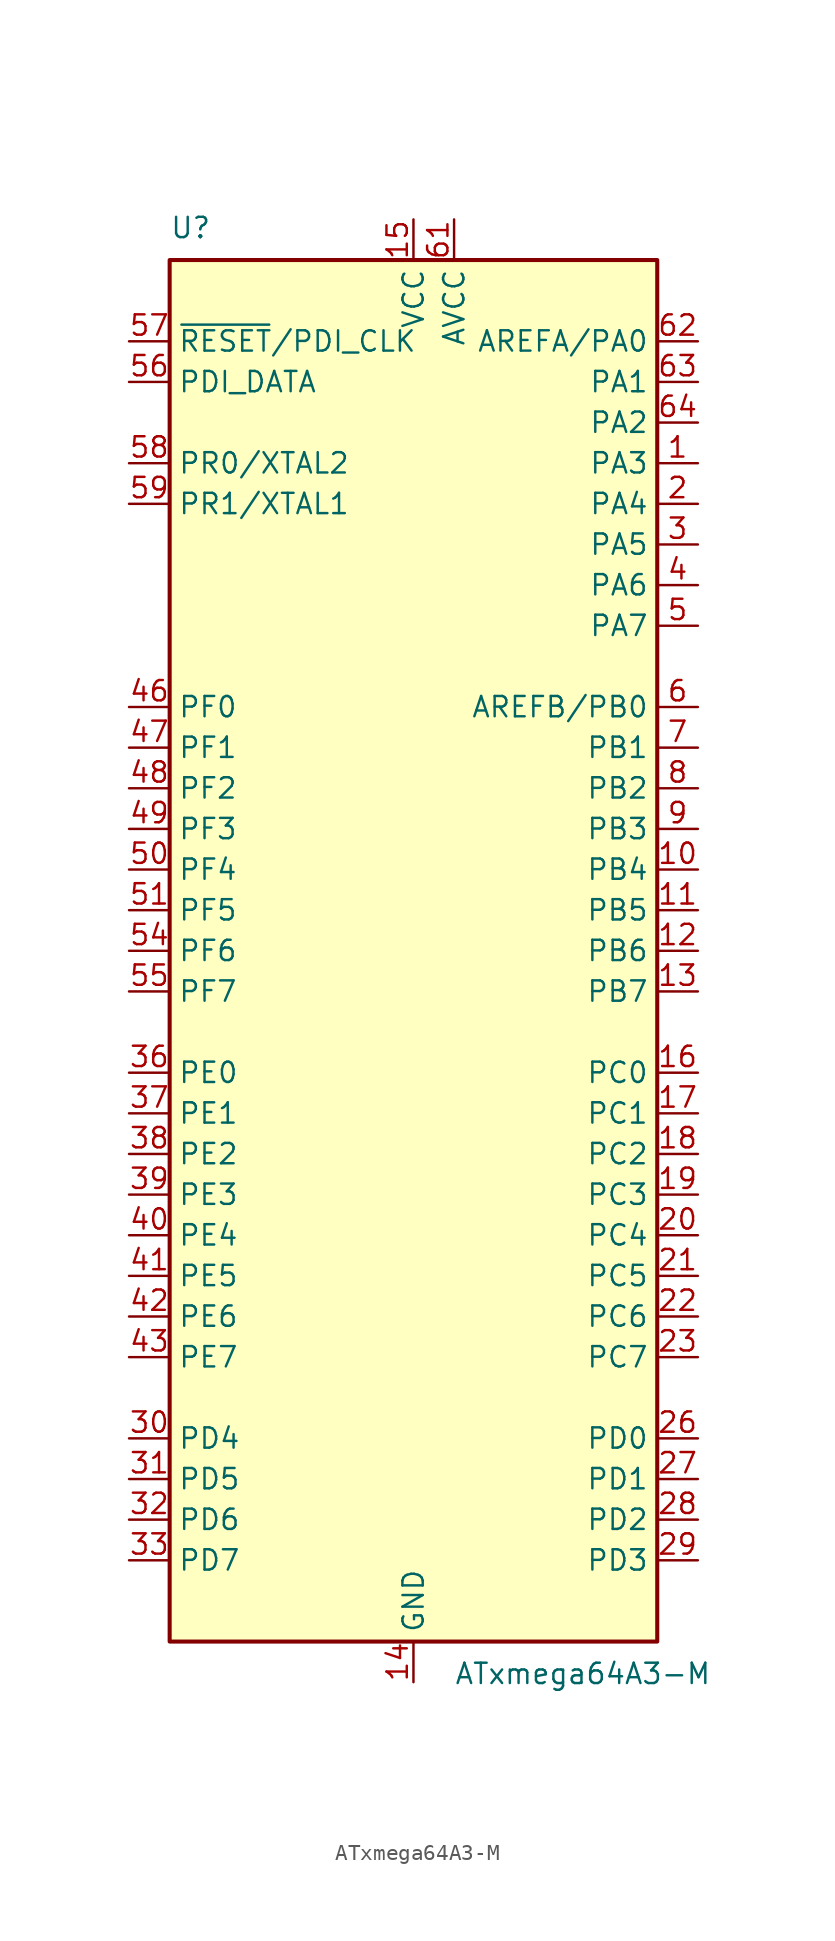
<source format=kicad_sym>
(kicad_symbol_lib
  (version 20241209)
  (generator "kicad_symbol_editor")
  (generator_version "9.0")
  (symbol "ATxmega64A3-M"
    (property "Reference" "U"
      (at -15.24 44.45 0)
      (effects (font (size 1.27 1.27)) (justify left bottom)))
    (property "Value" "ATxmega64A3-M"
      (at 2.54 -44.45 0)
      (effects (font (size 1.27 1.27)) (justify left top)))
    (symbol "ATxmega64A3-M_0_1"
      (rectangle (start -15.24 -43.18) (end 15.24 43.18) (stroke (width 0.254) (type default)) (fill (type background))))
    (symbol "ATxmega64A3-M_1_1"
      (pin input line (at -17.78 38.1 0) (length 2.54) (name "~{RESET}/PDI_CLK" (effects (font (size 1.27 1.27)))) (number "57" (effects (font (size 1.27 1.27)))))
      (pin bidirectional line (at -17.78 35.56 0) (length 2.54) (name "PDI_DATA" (effects (font (size 1.27 1.27)))) (number "56" (effects (font (size 1.27 1.27)))))
      (pin bidirectional line (at -17.78 30.48 0) (length 2.54) (name "PR0/XTAL2" (effects (font (size 1.27 1.27)))) (number "58" (effects (font (size 1.27 1.27)))))
      (pin bidirectional line (at -17.78 27.94 0) (length 2.54) (name "PR1/XTAL1" (effects (font (size 1.27 1.27)))) (number "59" (effects (font (size 1.27 1.27)))))
      (pin bidirectional line (at -17.78 15.24 0) (length 2.54) (name "PF0" (effects (font (size 1.27 1.27)))) (number "46" (effects (font (size 1.27 1.27)))))
      (pin bidirectional line (at -17.78 12.7 0) (length 2.54) (name "PF1" (effects (font (size 1.27 1.27)))) (number "47" (effects (font (size 1.27 1.27)))))
      (pin bidirectional line (at -17.78 10.16 0) (length 2.54) (name "PF2" (effects (font (size 1.27 1.27)))) (number "48" (effects (font (size 1.27 1.27)))))
      (pin bidirectional line (at -17.78 7.62 0) (length 2.54) (name "PF3" (effects (font (size 1.27 1.27)))) (number "49" (effects (font (size 1.27 1.27)))))
      (pin bidirectional line (at -17.78 5.08 0) (length 2.54) (name "PF4" (effects (font (size 1.27 1.27)))) (number "50" (effects (font (size 1.27 1.27)))))
      (pin bidirectional line (at -17.78 2.54 0) (length 2.54) (name "PF5" (effects (font (size 1.27 1.27)))) (number "51" (effects (font (size 1.27 1.27)))))
      (pin bidirectional line (at -17.78 0 0) (length 2.54) (name "PF6" (effects (font (size 1.27 1.27)))) (number "54" (effects (font (size 1.27 1.27)))))
      (pin bidirectional line (at -17.78 -2.54 0) (length 2.54) (name "PF7" (effects (font (size 1.27 1.27)))) (number "55" (effects (font (size 1.27 1.27)))))
      (pin bidirectional line (at -17.78 -7.62 0) (length 2.54) (name "PE0" (effects (font (size 1.27 1.27)))) (number "36" (effects (font (size 1.27 1.27)))))
      (pin bidirectional line (at -17.78 -10.16 0) (length 2.54) (name "PE1" (effects (font (size 1.27 1.27)))) (number "37" (effects (font (size 1.27 1.27)))))
      (pin bidirectional line (at -17.78 -12.7 0) (length 2.54) (name "PE2" (effects (font (size 1.27 1.27)))) (number "38" (effects (font (size 1.27 1.27)))))
      (pin bidirectional line (at -17.78 -15.24 0) (length 2.54) (name "PE3" (effects (font (size 1.27 1.27)))) (number "39" (effects (font (size 1.27 1.27)))))
      (pin bidirectional line (at -17.78 -17.78 0) (length 2.54) (name "PE4" (effects (font (size 1.27 1.27)))) (number "40" (effects (font (size 1.27 1.27)))))
      (pin bidirectional line (at -17.78 -20.32 0) (length 2.54) (name "PE5" (effects (font (size 1.27 1.27)))) (number "41" (effects (font (size 1.27 1.27)))))
      (pin bidirectional line (at -17.78 -22.86 0) (length 2.54) (name "PE6" (effects (font (size 1.27 1.27)))) (number "42" (effects (font (size 1.27 1.27)))))
      (pin bidirectional line (at -17.78 -25.4 0) (length 2.54) (name "PE7" (effects (font (size 1.27 1.27)))) (number "43" (effects (font (size 1.27 1.27)))))
      (pin bidirectional line (at -17.78 -30.48 0) (length 2.54) (name "PD4" (effects (font (size 1.27 1.27)))) (number "30" (effects (font (size 1.27 1.27)))))
      (pin bidirectional line (at -17.78 -33.02 0) (length 2.54) (name "PD5" (effects (font (size 1.27 1.27)))) (number "31" (effects (font (size 1.27 1.27)))))
      (pin bidirectional line (at -17.78 -35.56 0) (length 2.54) (name "PD6" (effects (font (size 1.27 1.27)))) (number "32" (effects (font (size 1.27 1.27)))))
      (pin bidirectional line (at -17.78 -38.1 0) (length 2.54) (name "PD7" (effects (font (size 1.27 1.27)))) (number "33" (effects (font (size 1.27 1.27)))))
      (pin power_in line (at 0 45.72 270) (length 2.54) (name "VCC" (effects (font (size 1.27 1.27)))) (number "15" (effects (font (size 1.27 1.27)))))
      (pin passive line (at 0 45.72 270) (length 2.54) (hide yes) (name "VCC" (effects (font (size 1.27 1.27)))) (number "25" (effects (font (size 1.27 1.27)))))
      (pin passive line (at 0 45.72 270) (length 2.54) (hide yes) (name "VCC" (effects (font (size 1.27 1.27)))) (number "35" (effects (font (size 1.27 1.27)))))
      (pin passive line (at 0 45.72 270) (length 2.54) (hide yes) (name "VCC" (effects (font (size 1.27 1.27)))) (number "45" (effects (font (size 1.27 1.27)))))
      (pin passive line (at 0 45.72 270) (length 2.54) (hide yes) (name "VCC" (effects (font (size 1.27 1.27)))) (number "53" (effects (font (size 1.27 1.27)))))
      (pin power_in line (at 0 -45.72 90) (length 2.54) (name "GND" (effects (font (size 1.27 1.27)))) (number "14" (effects (font (size 1.27 1.27)))))
      (pin passive line (at 0 -45.72 90) (length 2.54) (hide yes) (name "GND" (effects (font (size 1.27 1.27)))) (number "24" (effects (font (size 1.27 1.27)))))
      (pin passive line (at 0 -45.72 90) (length 2.54) (hide yes) (name "GND" (effects (font (size 1.27 1.27)))) (number "34" (effects (font (size 1.27 1.27)))))
      (pin passive line (at 0 -45.72 90) (length 2.54) (hide yes) (name "GND" (effects (font (size 1.27 1.27)))) (number "44" (effects (font (size 1.27 1.27)))))
      (pin passive line (at 0 -45.72 90) (length 2.54) (hide yes) (name "GND" (effects (font (size 1.27 1.27)))) (number "52" (effects (font (size 1.27 1.27)))))
      (pin passive line (at 0 -45.72 90) (length 2.54) (hide yes) (name "GND" (effects (font (size 1.27 1.27)))) (number "60" (effects (font (size 1.27 1.27)))))
      (pin passive line (at 0 -45.72 90) (length 2.54) (hide yes) (name "GND" (effects (font (size 1.27 1.27)))) (number "65" (effects (font (size 1.27 1.27)))))
      (pin power_in line (at 2.54 45.72 270) (length 2.54) (name "AVCC" (effects (font (size 1.27 1.27)))) (number "61" (effects (font (size 1.27 1.27)))))
      (pin bidirectional line (at 17.78 38.1 180) (length 2.54) (name "AREFA/PA0" (effects (font (size 1.27 1.27)))) (number "62" (effects (font (size 1.27 1.27)))))
      (pin bidirectional line (at 17.78 35.56 180) (length 2.54) (name "PA1" (effects (font (size 1.27 1.27)))) (number "63" (effects (font (size 1.27 1.27)))))
      (pin bidirectional line (at 17.78 33.02 180) (length 2.54) (name "PA2" (effects (font (size 1.27 1.27)))) (number "64" (effects (font (size 1.27 1.27)))))
      (pin bidirectional line (at 17.78 30.48 180) (length 2.54) (name "PA3" (effects (font (size 1.27 1.27)))) (number "1" (effects (font (size 1.27 1.27)))))
      (pin bidirectional line (at 17.78 27.94 180) (length 2.54) (name "PA4" (effects (font (size 1.27 1.27)))) (number "2" (effects (font (size 1.27 1.27)))))
      (pin bidirectional line (at 17.78 25.4 180) (length 2.54) (name "PA5" (effects (font (size 1.27 1.27)))) (number "3" (effects (font (size 1.27 1.27)))))
      (pin bidirectional line (at 17.78 22.86 180) (length 2.54) (name "PA6" (effects (font (size 1.27 1.27)))) (number "4" (effects (font (size 1.27 1.27)))))
      (pin bidirectional line (at 17.78 20.32 180) (length 2.54) (name "PA7" (effects (font (size 1.27 1.27)))) (number "5" (effects (font (size 1.27 1.27)))))
      (pin bidirectional line (at 17.78 15.24 180) (length 2.54) (name "AREFB/PB0" (effects (font (size 1.27 1.27)))) (number "6" (effects (font (size 1.27 1.27)))))
      (pin bidirectional line (at 17.78 12.7 180) (length 2.54) (name "PB1" (effects (font (size 1.27 1.27)))) (number "7" (effects (font (size 1.27 1.27)))))
      (pin bidirectional line (at 17.78 10.16 180) (length 2.54) (name "PB2" (effects (font (size 1.27 1.27)))) (number "8" (effects (font (size 1.27 1.27)))))
      (pin bidirectional line (at 17.78 7.62 180) (length 2.54) (name "PB3" (effects (font (size 1.27 1.27)))) (number "9" (effects (font (size 1.27 1.27)))))
      (pin bidirectional line (at 17.78 5.08 180) (length 2.54) (name "PB4" (effects (font (size 1.27 1.27)))) (number "10" (effects (font (size 1.27 1.27)))))
      (pin bidirectional line (at 17.78 2.54 180) (length 2.54) (name "PB5" (effects (font (size 1.27 1.27)))) (number "11" (effects (font (size 1.27 1.27)))))
      (pin bidirectional line (at 17.78 0 180) (length 2.54) (name "PB6" (effects (font (size 1.27 1.27)))) (number "12" (effects (font (size 1.27 1.27)))))
      (pin bidirectional line (at 17.78 -2.54 180) (length 2.54) (name "PB7" (effects (font (size 1.27 1.27)))) (number "13" (effects (font (size 1.27 1.27)))))
      (pin bidirectional line (at 17.78 -7.62 180) (length 2.54) (name "PC0" (effects (font (size 1.27 1.27)))) (number "16" (effects (font (size 1.27 1.27)))))
      (pin bidirectional line (at 17.78 -10.16 180) (length 2.54) (name "PC1" (effects (font (size 1.27 1.27)))) (number "17" (effects (font (size 1.27 1.27)))))
      (pin bidirectional line (at 17.78 -12.7 180) (length 2.54) (name "PC2" (effects (font (size 1.27 1.27)))) (number "18" (effects (font (size 1.27 1.27)))))
      (pin bidirectional line (at 17.78 -15.24 180) (length 2.54) (name "PC3" (effects (font (size 1.27 1.27)))) (number "19" (effects (font (size 1.27 1.27)))))
      (pin bidirectional line (at 17.78 -17.78 180) (length 2.54) (name "PC4" (effects (font (size 1.27 1.27)))) (number "20" (effects (font (size 1.27 1.27)))))
      (pin bidirectional line (at 17.78 -20.32 180) (length 2.54) (name "PC5" (effects (font (size 1.27 1.27)))) (number "21" (effects (font (size 1.27 1.27)))))
      (pin bidirectional line (at 17.78 -22.86 180) (length 2.54) (name "PC6" (effects (font (size 1.27 1.27)))) (number "22" (effects (font (size 1.27 1.27)))))
      (pin bidirectional line (at 17.78 -25.4 180) (length 2.54) (name "PC7" (effects (font (size 1.27 1.27)))) (number "23" (effects (font (size 1.27 1.27)))))
      (pin bidirectional line (at 17.78 -30.48 180) (length 2.54) (name "PD0" (effects (font (size 1.27 1.27)))) (number "26" (effects (font (size 1.27 1.27)))))
      (pin bidirectional line (at 17.78 -33.02 180) (length 2.54) (name "PD1" (effects (font (size 1.27 1.27)))) (number "27" (effects (font (size 1.27 1.27)))))
      (pin bidirectional line (at 17.78 -35.56 180) (length 2.54) (name "PD2" (effects (font (size 1.27 1.27)))) (number "28" (effects (font (size 1.27 1.27)))))
      (pin bidirectional line (at 17.78 -38.1 180) (length 2.54) (name "PD3" (effects (font (size 1.27 1.27)))) (number "29" (effects (font (size 1.27 1.27))))))))
</source>
